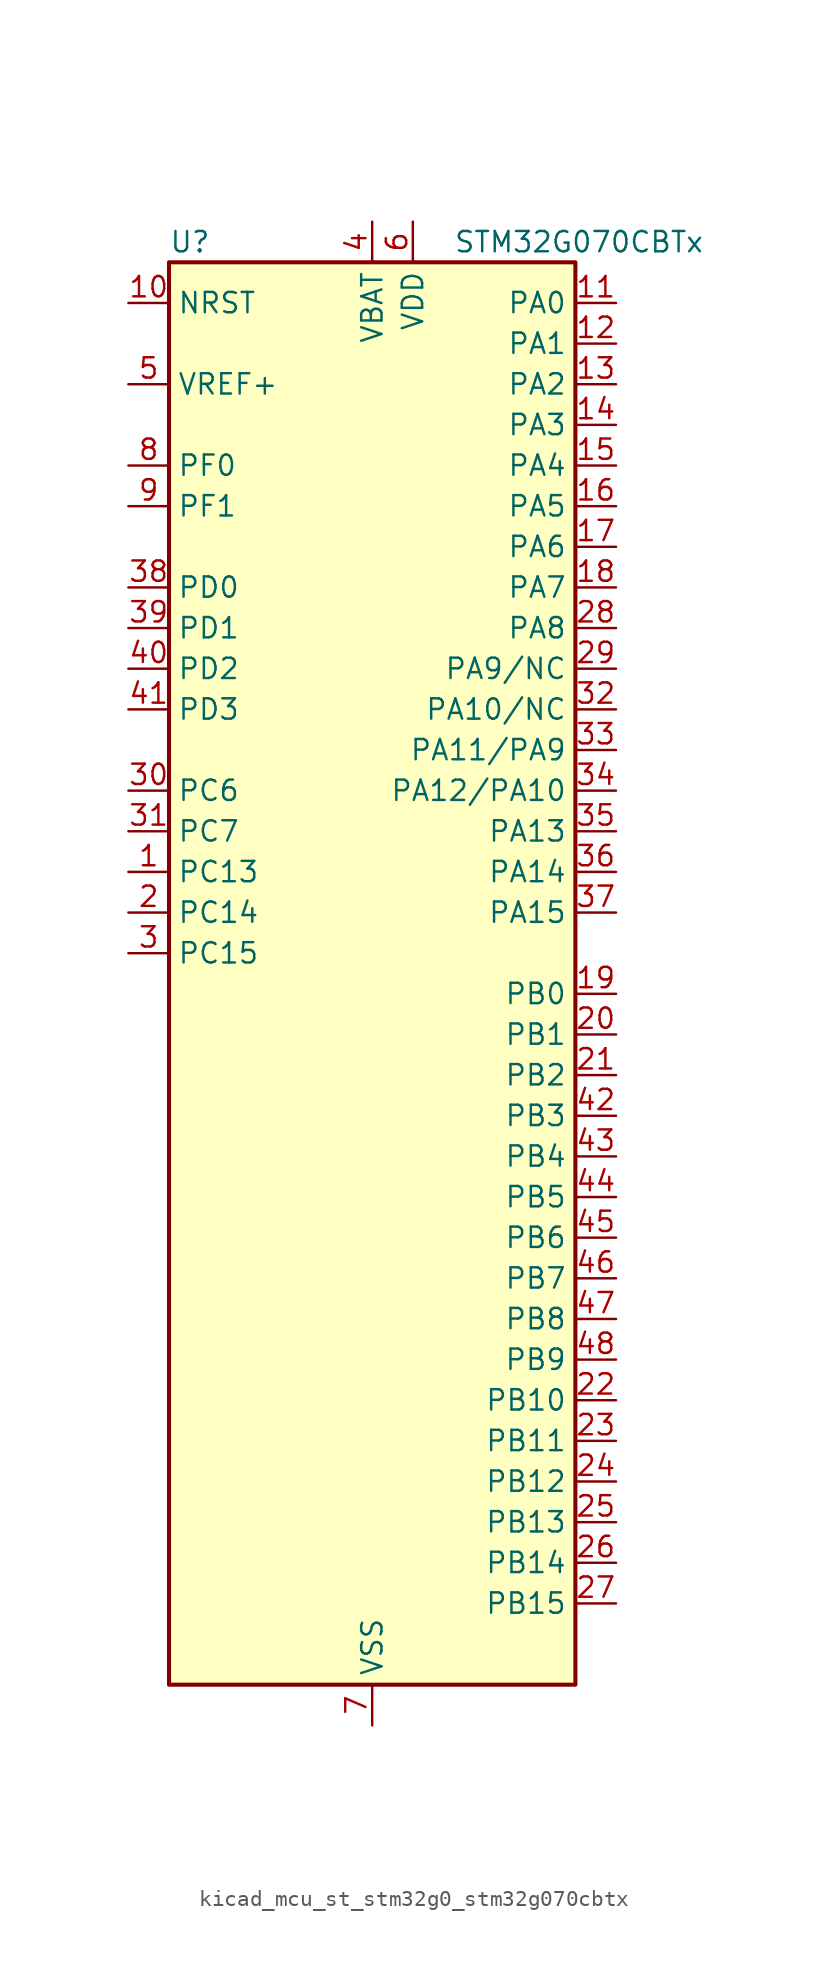
<source format=kicad_sym>
(kicad_symbol_lib
  (version 20220914)
  (generator kicad_symbol_editor)
  (symbol "kicad_mcu_st_stm32g0_stm32g070cbtx"
    (property "Reference" "U"
      (at -12.7 46.99 0)
      (effects (font (size 1.27 1.27)) (justify left)))
    (property "Value" "STM32G070CBTx"
      (at 5.08 46.99 0)
      (effects (font (size 1.27 1.27)) (justify left)))
    (property "ki_locked" ""
      (at 0 0 0)
      (effects (font (size 1.27 1.27))))
    (symbol "kicad_mcu_st_stm32g0_stm32g070cbtx_0_1"
      (rectangle (start -12.7 -43.18) (end 12.7 45.72) (stroke (width 0.254) (type default)) (fill (type background))))
    (symbol "kicad_mcu_st_stm32g0_stm32g070cbtx_1_1"
      (pin bidirectional line (at -15.24 7.62 0) (length 2.54) (name "PC13" (effects (font (size 1.27 1.27)))) (number "1" (effects (font (size 1.27 1.27)))) (alternate "RTC_OUT_ALARM" bidirectional line) (alternate "RTC_OUT_CALIB" bidirectional line) (alternate "RTC_TAMP_IN1" bidirectional line) (alternate "RTC_TS" bidirectional line) (alternate "SYS_WKUP2" bidirectional line) (alternate "TIM1_BK" bidirectional line))
      (pin input line (at -15.24 43.18 0) (length 2.54) (name "NRST" (effects (font (size 1.27 1.27)))) (number "10" (effects (font (size 1.27 1.27)))))
      (pin bidirectional line (at 15.24 43.18 180) (length 2.54) (name "PA0" (effects (font (size 1.27 1.27)))) (number "11" (effects (font (size 1.27 1.27)))) (alternate "ADC1_IN0" bidirectional line) (alternate "RTC_TAMP_IN2" bidirectional line) (alternate "SPI2_SCK" bidirectional line) (alternate "SYS_WKUP1" bidirectional line) (alternate "USART2_CTS" bidirectional line) (alternate "USART2_NSS" bidirectional line) (alternate "USART4_TX" bidirectional line))
      (pin bidirectional line (at 15.24 40.64 180) (length 2.54) (name "PA1" (effects (font (size 1.27 1.27)))) (number "12" (effects (font (size 1.27 1.27)))) (alternate "ADC1_IN1" bidirectional line) (alternate "I2C1_SMBA" bidirectional line) (alternate "I2S1_CK" bidirectional line) (alternate "SPI1_SCK" bidirectional line) (alternate "TIM15_CH1N" bidirectional line) (alternate "USART2_CK" bidirectional line) (alternate "USART2_DE" bidirectional line) (alternate "USART2_RTS" bidirectional line) (alternate "USART4_RX" bidirectional line))
      (pin bidirectional line (at 15.24 38.1 180) (length 2.54) (name "PA2" (effects (font (size 1.27 1.27)))) (number "13" (effects (font (size 1.27 1.27)))) (alternate "ADC1_IN2" bidirectional line) (alternate "I2S1_SD" bidirectional line) (alternate "RCC_LSCO" bidirectional line) (alternate "SPI1_MOSI" bidirectional line) (alternate "SYS_WKUP4" bidirectional line) (alternate "TIM15_CH1" bidirectional line) (alternate "USART2_TX" bidirectional line))
      (pin bidirectional line (at 15.24 35.56 180) (length 2.54) (name "PA3" (effects (font (size 1.27 1.27)))) (number "14" (effects (font (size 1.27 1.27)))) (alternate "ADC1_IN3" bidirectional line) (alternate "SPI2_MISO" bidirectional line) (alternate "TIM15_CH2" bidirectional line) (alternate "USART2_RX" bidirectional line))
      (pin bidirectional line (at 15.24 33.02 180) (length 2.54) (name "PA4" (effects (font (size 1.27 1.27)))) (number "15" (effects (font (size 1.27 1.27)))) (alternate "ADC1_IN4" bidirectional line) (alternate "I2S1_WS" bidirectional line) (alternate "RTC_OUT_ALARM" bidirectional line) (alternate "RTC_OUT_CALIB" bidirectional line) (alternate "SPI1_NSS" bidirectional line) (alternate "SPI2_MOSI" bidirectional line) (alternate "TIM14_CH1" bidirectional line))
      (pin bidirectional line (at 15.24 30.48 180) (length 2.54) (name "PA5" (effects (font (size 1.27 1.27)))) (number "16" (effects (font (size 1.27 1.27)))) (alternate "ADC1_IN5" bidirectional line) (alternate "I2S1_CK" bidirectional line) (alternate "SPI1_SCK" bidirectional line) (alternate "USART3_TX" bidirectional line))
      (pin bidirectional line (at 15.24 27.94 180) (length 2.54) (name "PA6" (effects (font (size 1.27 1.27)))) (number "17" (effects (font (size 1.27 1.27)))) (alternate "ADC1_IN6" bidirectional line) (alternate "I2S1_MCK" bidirectional line) (alternate "SPI1_MISO" bidirectional line) (alternate "TIM16_CH1" bidirectional line) (alternate "TIM1_BK" bidirectional line) (alternate "TIM3_CH1" bidirectional line) (alternate "USART3_CTS" bidirectional line) (alternate "USART3_NSS" bidirectional line))
      (pin bidirectional line (at 15.24 25.4 180) (length 2.54) (name "PA7" (effects (font (size 1.27 1.27)))) (number "18" (effects (font (size 1.27 1.27)))) (alternate "ADC1_IN7" bidirectional line) (alternate "I2S1_SD" bidirectional line) (alternate "SPI1_MOSI" bidirectional line) (alternate "TIM14_CH1" bidirectional line) (alternate "TIM17_CH1" bidirectional line) (alternate "TIM1_CH1N" bidirectional line) (alternate "TIM3_CH2" bidirectional line))
      (pin bidirectional line (at 15.24 0 180) (length 2.54) (name "PB0" (effects (font (size 1.27 1.27)))) (number "19" (effects (font (size 1.27 1.27)))) (alternate "ADC1_IN8" bidirectional line) (alternate "I2S1_WS" bidirectional line) (alternate "SPI1_NSS" bidirectional line) (alternate "TIM1_CH2N" bidirectional line) (alternate "TIM3_CH3" bidirectional line) (alternate "USART3_RX" bidirectional line))
      (pin bidirectional line (at -15.24 5.08 0) (length 2.54) (name "PC14" (effects (font (size 1.27 1.27)))) (number "2" (effects (font (size 1.27 1.27)))) (alternate "RCC_OSC32_IN" bidirectional line) (alternate "TIM1_BK2" bidirectional line))
      (pin bidirectional line (at 15.24 -2.54 180) (length 2.54) (name "PB1" (effects (font (size 1.27 1.27)))) (number "20" (effects (font (size 1.27 1.27)))) (alternate "ADC1_IN9" bidirectional line) (alternate "TIM14_CH1" bidirectional line) (alternate "TIM1_CH3N" bidirectional line) (alternate "TIM3_CH4" bidirectional line) (alternate "USART3_CK" bidirectional line) (alternate "USART3_DE" bidirectional line) (alternate "USART3_RTS" bidirectional line))
      (pin bidirectional line (at 15.24 -5.08 180) (length 2.54) (name "PB2" (effects (font (size 1.27 1.27)))) (number "21" (effects (font (size 1.27 1.27)))) (alternate "ADC1_IN10" bidirectional line) (alternate "SPI2_MISO" bidirectional line) (alternate "USART3_TX" bidirectional line))
      (pin bidirectional line (at 15.24 -25.4 180) (length 2.54) (name "PB10" (effects (font (size 1.27 1.27)))) (number "22" (effects (font (size 1.27 1.27)))) (alternate "ADC1_IN11" bidirectional line) (alternate "I2C2_SCL" bidirectional line) (alternate "SPI2_SCK" bidirectional line) (alternate "USART3_TX" bidirectional line))
      (pin bidirectional line (at 15.24 -27.94 180) (length 2.54) (name "PB11" (effects (font (size 1.27 1.27)))) (number "23" (effects (font (size 1.27 1.27)))) (alternate "ADC1_EXTI11" bidirectional line) (alternate "ADC1_IN15" bidirectional line) (alternate "I2C2_SDA" bidirectional line) (alternate "SPI2_MOSI" bidirectional line) (alternate "USART3_RX" bidirectional line))
      (pin bidirectional line (at 15.24 -30.48 180) (length 2.54) (name "PB12" (effects (font (size 1.27 1.27)))) (number "24" (effects (font (size 1.27 1.27)))) (alternate "ADC1_IN16" bidirectional line) (alternate "SPI2_NSS" bidirectional line) (alternate "TIM15_BK" bidirectional line) (alternate "TIM1_BK" bidirectional line))
      (pin bidirectional line (at 15.24 -33.02 180) (length 2.54) (name "PB13" (effects (font (size 1.27 1.27)))) (number "25" (effects (font (size 1.27 1.27)))) (alternate "I2C2_SCL" bidirectional line) (alternate "SPI2_SCK" bidirectional line) (alternate "TIM15_CH1N" bidirectional line) (alternate "TIM1_CH1N" bidirectional line) (alternate "USART3_CTS" bidirectional line) (alternate "USART3_NSS" bidirectional line))
      (pin bidirectional line (at 15.24 -35.56 180) (length 2.54) (name "PB14" (effects (font (size 1.27 1.27)))) (number "26" (effects (font (size 1.27 1.27)))) (alternate "I2C2_SDA" bidirectional line) (alternate "SPI2_MISO" bidirectional line) (alternate "TIM15_CH1" bidirectional line) (alternate "TIM1_CH2N" bidirectional line) (alternate "USART3_CK" bidirectional line) (alternate "USART3_DE" bidirectional line) (alternate "USART3_RTS" bidirectional line))
      (pin bidirectional line (at 15.24 -38.1 180) (length 2.54) (name "PB15" (effects (font (size 1.27 1.27)))) (number "27" (effects (font (size 1.27 1.27)))) (alternate "RTC_REFIN" bidirectional line) (alternate "SPI2_MOSI" bidirectional line) (alternate "TIM15_CH1N" bidirectional line) (alternate "TIM15_CH2" bidirectional line) (alternate "TIM1_CH3N" bidirectional line))
      (pin bidirectional line (at 15.24 22.86 180) (length 2.54) (name "PA8" (effects (font (size 1.27 1.27)))) (number "28" (effects (font (size 1.27 1.27)))) (alternate "RCC_MCO" bidirectional line) (alternate "SPI2_NSS" bidirectional line) (alternate "TIM1_CH1" bidirectional line))
      (pin bidirectional line (at 15.24 20.32 180) (length 2.54) (name "PA9/NC" (effects (font (size 1.27 1.27)))) (number "29" (effects (font (size 1.27 1.27)))) (alternate "I2C1_SCL" bidirectional line) (alternate "RCC_MCO" bidirectional line) (alternate "SPI2_MISO" bidirectional line) (alternate "TIM15_BK" bidirectional line) (alternate "TIM1_CH2" bidirectional line) (alternate "USART1_TX" bidirectional line))
      (pin bidirectional line (at -15.24 2.54 0) (length 2.54) (name "PC15" (effects (font (size 1.27 1.27)))) (number "3" (effects (font (size 1.27 1.27)))) (alternate "RCC_OSC32_EN" bidirectional line) (alternate "RCC_OSC32_OUT" bidirectional line) (alternate "RCC_OSC_EN" bidirectional line) (alternate "TIM15_BK" bidirectional line))
      (pin bidirectional line (at -15.24 12.7 0) (length 2.54) (name "PC6" (effects (font (size 1.27 1.27)))) (number "30" (effects (font (size 1.27 1.27)))) (alternate "TIM3_CH1" bidirectional line))
      (pin bidirectional line (at -15.24 10.16 0) (length 2.54) (name "PC7" (effects (font (size 1.27 1.27)))) (number "31" (effects (font (size 1.27 1.27)))) (alternate "TIM3_CH2" bidirectional line))
      (pin bidirectional line (at 15.24 17.78 180) (length 2.54) (name "PA10/NC" (effects (font (size 1.27 1.27)))) (number "32" (effects (font (size 1.27 1.27)))) (alternate "I2C1_SDA" bidirectional line) (alternate "SPI2_MOSI" bidirectional line) (alternate "TIM17_BK" bidirectional line) (alternate "TIM1_CH3" bidirectional line) (alternate "USART1_RX" bidirectional line))
      (pin bidirectional line (at 15.24 15.24 180) (length 2.54) (name "PA11/PA9" (effects (font (size 1.27 1.27)))) (number "33" (effects (font (size 1.27 1.27)))) (alternate "ADC1_EXTI11" bidirectional line) (alternate "I2C2_SCL" bidirectional line) (alternate "I2S1_MCK" bidirectional line) (alternate "SPI1_MISO" bidirectional line) (alternate "TIM1_BK2" bidirectional line) (alternate "TIM1_CH4" bidirectional line) (alternate "USART1_CTS" bidirectional line) (alternate "USART1_NSS" bidirectional line))
      (pin bidirectional line (at 15.24 12.7 180) (length 2.54) (name "PA12/PA10" (effects (font (size 1.27 1.27)))) (number "34" (effects (font (size 1.27 1.27)))) (alternate "I2C2_SDA" bidirectional line) (alternate "I2S1_SD" bidirectional line) (alternate "I2S_CKIN" bidirectional line) (alternate "SPI1_MOSI" bidirectional line) (alternate "TIM1_ETR" bidirectional line) (alternate "USART1_CK" bidirectional line) (alternate "USART1_DE" bidirectional line) (alternate "USART1_RTS" bidirectional line))
      (pin bidirectional line (at 15.24 10.16 180) (length 2.54) (name "PA13" (effects (font (size 1.27 1.27)))) (number "35" (effects (font (size 1.27 1.27)))) (alternate "IR_OUT" bidirectional line) (alternate "SYS_SWDIO" bidirectional line))
      (pin bidirectional line (at 15.24 7.62 180) (length 2.54) (name "PA14" (effects (font (size 1.27 1.27)))) (number "36" (effects (font (size 1.27 1.27)))) (alternate "SYS_SWCLK" bidirectional line) (alternate "USART2_TX" bidirectional line))
      (pin bidirectional line (at 15.24 5.08 180) (length 2.54) (name "PA15" (effects (font (size 1.27 1.27)))) (number "37" (effects (font (size 1.27 1.27)))) (alternate "I2S1_WS" bidirectional line) (alternate "SPI1_NSS" bidirectional line) (alternate "USART2_RX" bidirectional line) (alternate "USART3_CK" bidirectional line) (alternate "USART3_DE" bidirectional line) (alternate "USART3_RTS" bidirectional line) (alternate "USART4_CK" bidirectional line) (alternate "USART4_DE" bidirectional line) (alternate "USART4_RTS" bidirectional line))
      (pin bidirectional line (at -15.24 25.4 0) (length 2.54) (name "PD0" (effects (font (size 1.27 1.27)))) (number "38" (effects (font (size 1.27 1.27)))) (alternate "SPI2_NSS" bidirectional line) (alternate "TIM16_CH1" bidirectional line))
      (pin bidirectional line (at -15.24 22.86 0) (length 2.54) (name "PD1" (effects (font (size 1.27 1.27)))) (number "39" (effects (font (size 1.27 1.27)))) (alternate "SPI2_SCK" bidirectional line) (alternate "TIM17_CH1" bidirectional line))
      (pin power_in line (at 0 48.26 270) (length 2.54) (name "VBAT" (effects (font (size 1.27 1.27)))) (number "4" (effects (font (size 1.27 1.27)))))
      (pin bidirectional line (at -15.24 20.32 0) (length 2.54) (name "PD2" (effects (font (size 1.27 1.27)))) (number "40" (effects (font (size 1.27 1.27)))) (alternate "TIM1_CH1N" bidirectional line) (alternate "TIM3_ETR" bidirectional line) (alternate "USART3_CK" bidirectional line) (alternate "USART3_DE" bidirectional line) (alternate "USART3_RTS" bidirectional line))
      (pin bidirectional line (at -15.24 17.78 0) (length 2.54) (name "PD3" (effects (font (size 1.27 1.27)))) (number "41" (effects (font (size 1.27 1.27)))) (alternate "SPI2_MISO" bidirectional line) (alternate "TIM1_CH2N" bidirectional line) (alternate "USART2_CTS" bidirectional line) (alternate "USART2_NSS" bidirectional line))
      (pin bidirectional line (at 15.24 -7.62 180) (length 2.54) (name "PB3" (effects (font (size 1.27 1.27)))) (number "42" (effects (font (size 1.27 1.27)))) (alternate "I2S1_CK" bidirectional line) (alternate "SPI1_SCK" bidirectional line) (alternate "TIM1_CH2" bidirectional line) (alternate "USART1_CK" bidirectional line) (alternate "USART1_DE" bidirectional line) (alternate "USART1_RTS" bidirectional line))
      (pin bidirectional line (at 15.24 -10.16 180) (length 2.54) (name "PB4" (effects (font (size 1.27 1.27)))) (number "43" (effects (font (size 1.27 1.27)))) (alternate "I2S1_MCK" bidirectional line) (alternate "SPI1_MISO" bidirectional line) (alternate "TIM17_BK" bidirectional line) (alternate "TIM3_CH1" bidirectional line) (alternate "USART1_CTS" bidirectional line) (alternate "USART1_NSS" bidirectional line))
      (pin bidirectional line (at 15.24 -12.7 180) (length 2.54) (name "PB5" (effects (font (size 1.27 1.27)))) (number "44" (effects (font (size 1.27 1.27)))) (alternate "I2C1_SMBA" bidirectional line) (alternate "I2S1_SD" bidirectional line) (alternate "SPI1_MOSI" bidirectional line) (alternate "SYS_WKUP6" bidirectional line) (alternate "TIM16_BK" bidirectional line) (alternate "TIM3_CH2" bidirectional line))
      (pin bidirectional line (at 15.24 -15.24 180) (length 2.54) (name "PB6" (effects (font (size 1.27 1.27)))) (number "45" (effects (font (size 1.27 1.27)))) (alternate "I2C1_SCL" bidirectional line) (alternate "SPI2_MISO" bidirectional line) (alternate "TIM16_CH1N" bidirectional line) (alternate "TIM1_CH3" bidirectional line) (alternate "USART1_TX" bidirectional line))
      (pin bidirectional line (at 15.24 -17.78 180) (length 2.54) (name "PB7" (effects (font (size 1.27 1.27)))) (number "46" (effects (font (size 1.27 1.27)))) (alternate "I2C1_SDA" bidirectional line) (alternate "SPI2_MOSI" bidirectional line) (alternate "TIM17_CH1N" bidirectional line) (alternate "USART1_RX" bidirectional line) (alternate "USART4_CTS" bidirectional line) (alternate "USART4_NSS" bidirectional line))
      (pin bidirectional line (at 15.24 -20.32 180) (length 2.54) (name "PB8" (effects (font (size 1.27 1.27)))) (number "47" (effects (font (size 1.27 1.27)))) (alternate "I2C1_SCL" bidirectional line) (alternate "SPI2_SCK" bidirectional line) (alternate "TIM15_BK" bidirectional line) (alternate "TIM16_CH1" bidirectional line) (alternate "USART3_TX" bidirectional line))
      (pin bidirectional line (at 15.24 -22.86 180) (length 2.54) (name "PB9" (effects (font (size 1.27 1.27)))) (number "48" (effects (font (size 1.27 1.27)))) (alternate "I2C1_SDA" bidirectional line) (alternate "IR_OUT" bidirectional line) (alternate "SPI2_NSS" bidirectional line) (alternate "TIM17_CH1" bidirectional line) (alternate "USART3_RX" bidirectional line))
      (pin input line (at -15.24 38.1 0) (length 2.54) (name "VREF+" (effects (font (size 1.27 1.27)))) (number "5" (effects (font (size 1.27 1.27)))))
      (pin power_in line (at 2.54 48.26 270) (length 2.54) (name "VDD" (effects (font (size 1.27 1.27)))) (number "6" (effects (font (size 1.27 1.27)))))
      (pin power_in line (at 0 -45.72 90) (length 2.54) (name "VSS" (effects (font (size 1.27 1.27)))) (number "7" (effects (font (size 1.27 1.27)))))
      (pin bidirectional line (at -15.24 33.02 0) (length 2.54) (name "PF0" (effects (font (size 1.27 1.27)))) (number "8" (effects (font (size 1.27 1.27)))) (alternate "RCC_OSC_IN" bidirectional line) (alternate "TIM14_CH1" bidirectional line))
      (pin bidirectional line (at -15.24 30.48 0) (length 2.54) (name "PF1" (effects (font (size 1.27 1.27)))) (number "9" (effects (font (size 1.27 1.27)))) (alternate "RCC_OSC_EN" bidirectional line) (alternate "RCC_OSC_OUT" bidirectional line) (alternate "TIM15_CH1N" bidirectional line)))))
</source>
